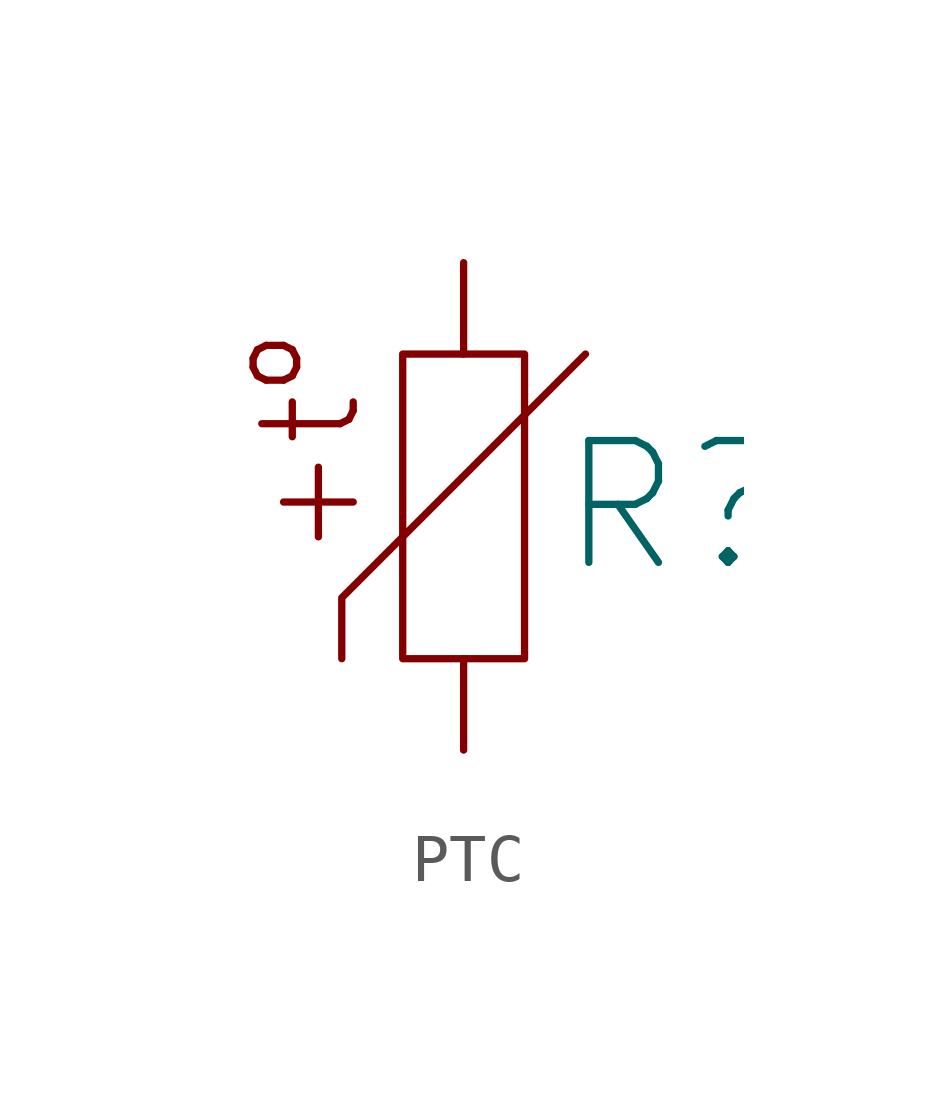
<source format=kicad_sym>
(kicad_symbol_lib
  (version 20211014)
  (generator kicad_symbol_editor)
  (symbol "PTC"
    (pin_names
      (offset 1.016))
    (property "Reference" "R"
      (at 1.905 -5.08 0)
      (effects (font (size 2.54 2.54)) (justify left)))
    (symbol "PTC_0_1"
      (rectangle (start -1.27 -1.905) (end 1.27 -8.255) (stroke (width 0) (type default) (color 0 0 0 0)) (fill (type none))))
    (symbol "PTC_1_0"
      (polyline (pts (xy -2.54 -8.255) (xy -2.54 -6.985) (xy 2.54 -1.905)) (stroke (width 0) (type default) (color 0 0 0 0)) (fill (type none)))
      (text "+tº" (at -3.175 -3.81 900) (effects (font (size 1.905 1.905)))))
    (symbol "PTC_1_1"
      (pin input line (at 0 -10.16 90) (length 1.905) (name "~" (effects (font (size 1.27 1.27)))) (number "~" (effects (font (size 1.143 1.143)))))
      (pin input line (at 0 0 270) (length 1.905) (name "~" (effects (font (size 1.27 1.27)))) (number "~" (effects (font (size 1.143 1.143))))))))
</source>
